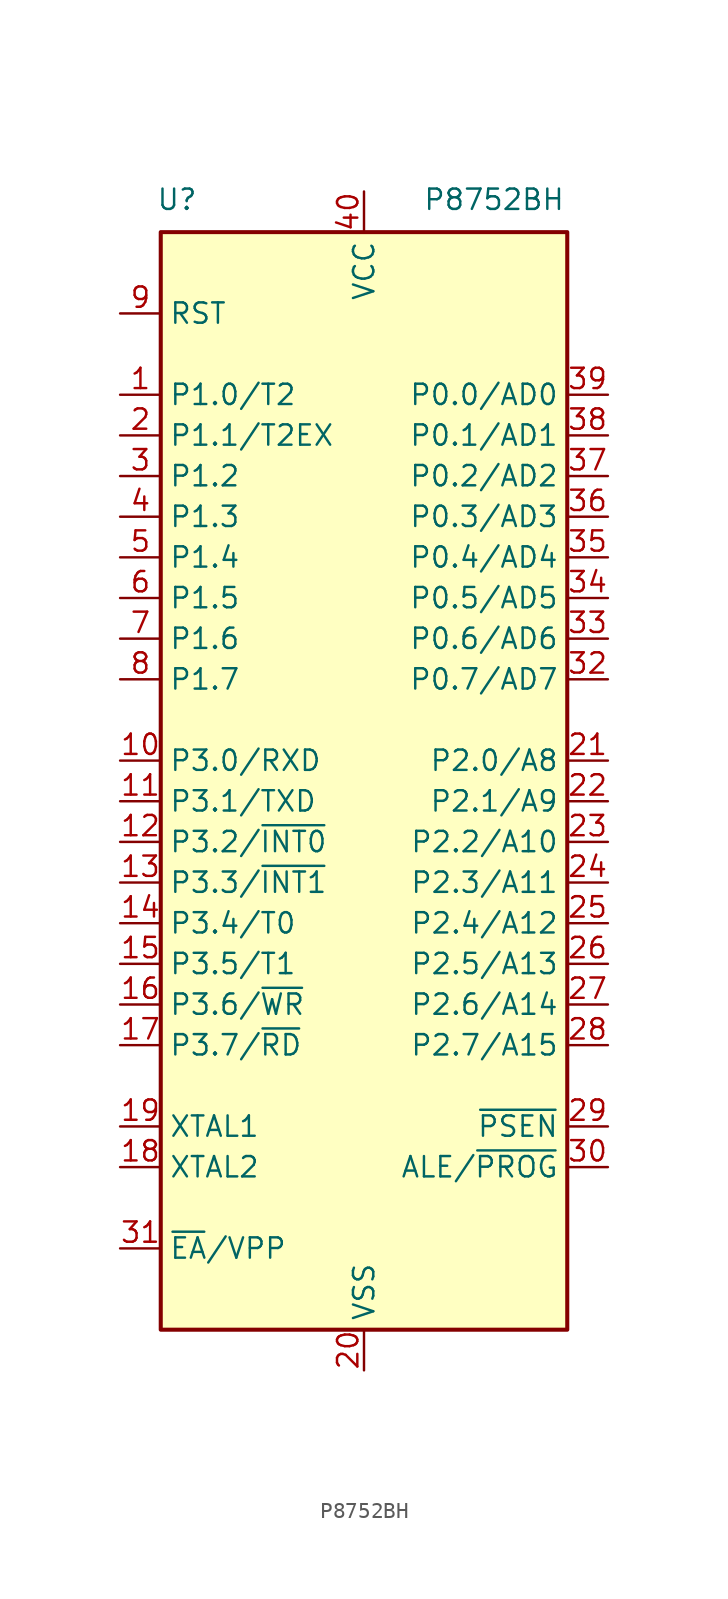
<source format=kicad_sym>
(kicad_symbol_lib
  (version 20241209)
  (generator "kicad_symbol_editor")
  (generator_version "9.0")
  (symbol "P8752BH"
    (property "Reference" "U"
      (at -11.684 35.052 0)
      (effects (font (size 1.27 1.27))))
    (property "Value" "P8752BH"
      (at 8.128 35.052 0)
      (effects (font (size 1.27 1.27))))
    (symbol "P8752BH_1_0"
      (pin bidirectional line (at -15.24 17.78 0) (length 2.54) (name "P1.2" (effects (font (size 1.27 1.27)))) (number "3" (effects (font (size 1.27 1.27))))))
    (symbol "P8752BH_1_1"
      (polyline (pts (xy -12.7 33.02) (xy 12.7 33.02) (xy 12.7 -35.56) (xy -12.7 -35.56) (xy -12.7 33.02)) (stroke (width 0.254) (type default)) (fill (type background)))
      (pin input line (at -15.24 27.94 0) (length 2.54) (name "RST" (effects (font (size 1.27 1.27)))) (number "9" (effects (font (size 1.27 1.27)))))
      (pin bidirectional line (at -15.24 22.86 0) (length 2.54) (name "P1.0/T2" (effects (font (size 1.27 1.27)))) (number "1" (effects (font (size 1.27 1.27)))))
      (pin bidirectional line (at -15.24 20.32 0) (length 2.54) (name "P1.1/T2EX" (effects (font (size 1.27 1.27)))) (number "2" (effects (font (size 1.27 1.27)))))
      (pin bidirectional line (at -15.24 15.24 0) (length 2.54) (name "P1.3" (effects (font (size 1.27 1.27)))) (number "4" (effects (font (size 1.27 1.27)))))
      (pin bidirectional line (at -15.24 12.7 0) (length 2.54) (name "P1.4" (effects (font (size 1.27 1.27)))) (number "5" (effects (font (size 1.27 1.27)))))
      (pin bidirectional line (at -15.24 10.16 0) (length 2.54) (name "P1.5" (effects (font (size 1.27 1.27)))) (number "6" (effects (font (size 1.27 1.27)))) (alternate "MOSI" output line))
      (pin bidirectional line (at -15.24 7.62 0) (length 2.54) (name "P1.6" (effects (font (size 1.27 1.27)))) (number "7" (effects (font (size 1.27 1.27)))) (alternate "MISO" input line))
      (pin bidirectional line (at -15.24 5.08 0) (length 2.54) (name "P1.7" (effects (font (size 1.27 1.27)))) (number "8" (effects (font (size 1.27 1.27)))))
      (pin bidirectional line (at -15.24 0 0) (length 2.54) (name "P3.0/RXD" (effects (font (size 1.27 1.27)))) (number "10" (effects (font (size 1.27 1.27)))) (alternate "RXD" input line))
      (pin bidirectional line (at -15.24 -2.54 0) (length 2.54) (name "P3.1/TXD" (effects (font (size 1.27 1.27)))) (number "11" (effects (font (size 1.27 1.27)))) (alternate "TXD" output line))
      (pin bidirectional line (at -15.24 -5.08 0) (length 2.54) (name "P3.2/~{INT0}" (effects (font (size 1.27 1.27)))) (number "12" (effects (font (size 1.27 1.27)))) (alternate "~{INT0}" input line))
      (pin bidirectional line (at -15.24 -7.62 0) (length 2.54) (name "P3.3/~{INT1}" (effects (font (size 1.27 1.27)))) (number "13" (effects (font (size 1.27 1.27)))) (alternate "~{INT1}" input line))
      (pin bidirectional line (at -15.24 -10.16 0) (length 2.54) (name "P3.4/T0" (effects (font (size 1.27 1.27)))) (number "14" (effects (font (size 1.27 1.27)))) (alternate "T0" input line))
      (pin bidirectional line (at -15.24 -12.7 0) (length 2.54) (name "P3.5/T1" (effects (font (size 1.27 1.27)))) (number "15" (effects (font (size 1.27 1.27)))) (alternate "T1" input line))
      (pin bidirectional line (at -15.24 -15.24 0) (length 2.54) (name "P3.6/~{WR}" (effects (font (size 1.27 1.27)))) (number "16" (effects (font (size 1.27 1.27)))) (alternate "~{WR}" output line))
      (pin bidirectional line (at -15.24 -17.78 0) (length 2.54) (name "P3.7/~{RD}" (effects (font (size 1.27 1.27)))) (number "17" (effects (font (size 1.27 1.27)))) (alternate "~{RD}" input line))
      (pin input line (at -15.24 -22.86 0) (length 2.54) (name "XTAL1" (effects (font (size 1.27 1.27)))) (number "19" (effects (font (size 1.27 1.27)))))
      (pin output line (at -15.24 -25.4 0) (length 2.54) (name "XTAL2" (effects (font (size 1.27 1.27)))) (number "18" (effects (font (size 1.27 1.27)))))
      (pin input line (at -15.24 -30.48 0) (length 2.54) (name "~{EA}/VPP" (effects (font (size 1.27 1.27)))) (number "31" (effects (font (size 1.27 1.27)))))
      (pin power_in line (at 0 35.56 270) (length 2.54) (name "VCC" (effects (font (size 1.27 1.27)))) (number "40" (effects (font (size 1.27 1.27)))))
      (pin power_in line (at 0 -38.1 90) (length 2.54) (name "VSS" (effects (font (size 1.27 1.27)))) (number "20" (effects (font (size 1.27 1.27)))))
      (pin bidirectional line (at 15.24 22.86 180) (length 2.54) (name "P0.0/AD0" (effects (font (size 1.27 1.27)))) (number "39" (effects (font (size 1.27 1.27)))))
      (pin bidirectional line (at 15.24 20.32 180) (length 2.54) (name "P0.1/AD1" (effects (font (size 1.27 1.27)))) (number "38" (effects (font (size 1.27 1.27)))))
      (pin bidirectional line (at 15.24 17.78 180) (length 2.54) (name "P0.2/AD2" (effects (font (size 1.27 1.27)))) (number "37" (effects (font (size 1.27 1.27)))))
      (pin bidirectional line (at 15.24 15.24 180) (length 2.54) (name "P0.3/AD3" (effects (font (size 1.27 1.27)))) (number "36" (effects (font (size 1.27 1.27)))))
      (pin bidirectional line (at 15.24 12.7 180) (length 2.54) (name "P0.4/AD4" (effects (font (size 1.27 1.27)))) (number "35" (effects (font (size 1.27 1.27)))))
      (pin bidirectional line (at 15.24 10.16 180) (length 2.54) (name "P0.5/AD5" (effects (font (size 1.27 1.27)))) (number "34" (effects (font (size 1.27 1.27)))))
      (pin bidirectional line (at 15.24 7.62 180) (length 2.54) (name "P0.6/AD6" (effects (font (size 1.27 1.27)))) (number "33" (effects (font (size 1.27 1.27)))))
      (pin bidirectional line (at 15.24 5.08 180) (length 2.54) (name "P0.7/AD7" (effects (font (size 1.27 1.27)))) (number "32" (effects (font (size 1.27 1.27)))))
      (pin bidirectional line (at 15.24 0 180) (length 2.54) (name "P2.0/A8" (effects (font (size 1.27 1.27)))) (number "21" (effects (font (size 1.27 1.27)))))
      (pin bidirectional line (at 15.24 -2.54 180) (length 2.54) (name "P2.1/A9" (effects (font (size 1.27 1.27)))) (number "22" (effects (font (size 1.27 1.27)))))
      (pin bidirectional line (at 15.24 -5.08 180) (length 2.54) (name "P2.2/A10" (effects (font (size 1.27 1.27)))) (number "23" (effects (font (size 1.27 1.27)))))
      (pin bidirectional line (at 15.24 -7.62 180) (length 2.54) (name "P2.3/A11" (effects (font (size 1.27 1.27)))) (number "24" (effects (font (size 1.27 1.27)))))
      (pin bidirectional line (at 15.24 -10.16 180) (length 2.54) (name "P2.4/A12" (effects (font (size 1.27 1.27)))) (number "25" (effects (font (size 1.27 1.27)))))
      (pin bidirectional line (at 15.24 -12.7 180) (length 2.54) (name "P2.5/A13" (effects (font (size 1.27 1.27)))) (number "26" (effects (font (size 1.27 1.27)))))
      (pin bidirectional line (at 15.24 -15.24 180) (length 2.54) (name "P2.6/A14" (effects (font (size 1.27 1.27)))) (number "27" (effects (font (size 1.27 1.27)))))
      (pin bidirectional line (at 15.24 -17.78 180) (length 2.54) (name "P2.7/A15" (effects (font (size 1.27 1.27)))) (number "28" (effects (font (size 1.27 1.27)))))
      (pin output line (at 15.24 -22.86 180) (length 2.54) (name "~{PSEN}" (effects (font (size 1.27 1.27)))) (number "29" (effects (font (size 1.27 1.27)))))
      (pin output line (at 15.24 -25.4 180) (length 2.54) (name "ALE/~{PROG}" (effects (font (size 1.27 1.27)))) (number "30" (effects (font (size 1.27 1.27)))) (alternate "~{PROG}" input line)))))
</source>
